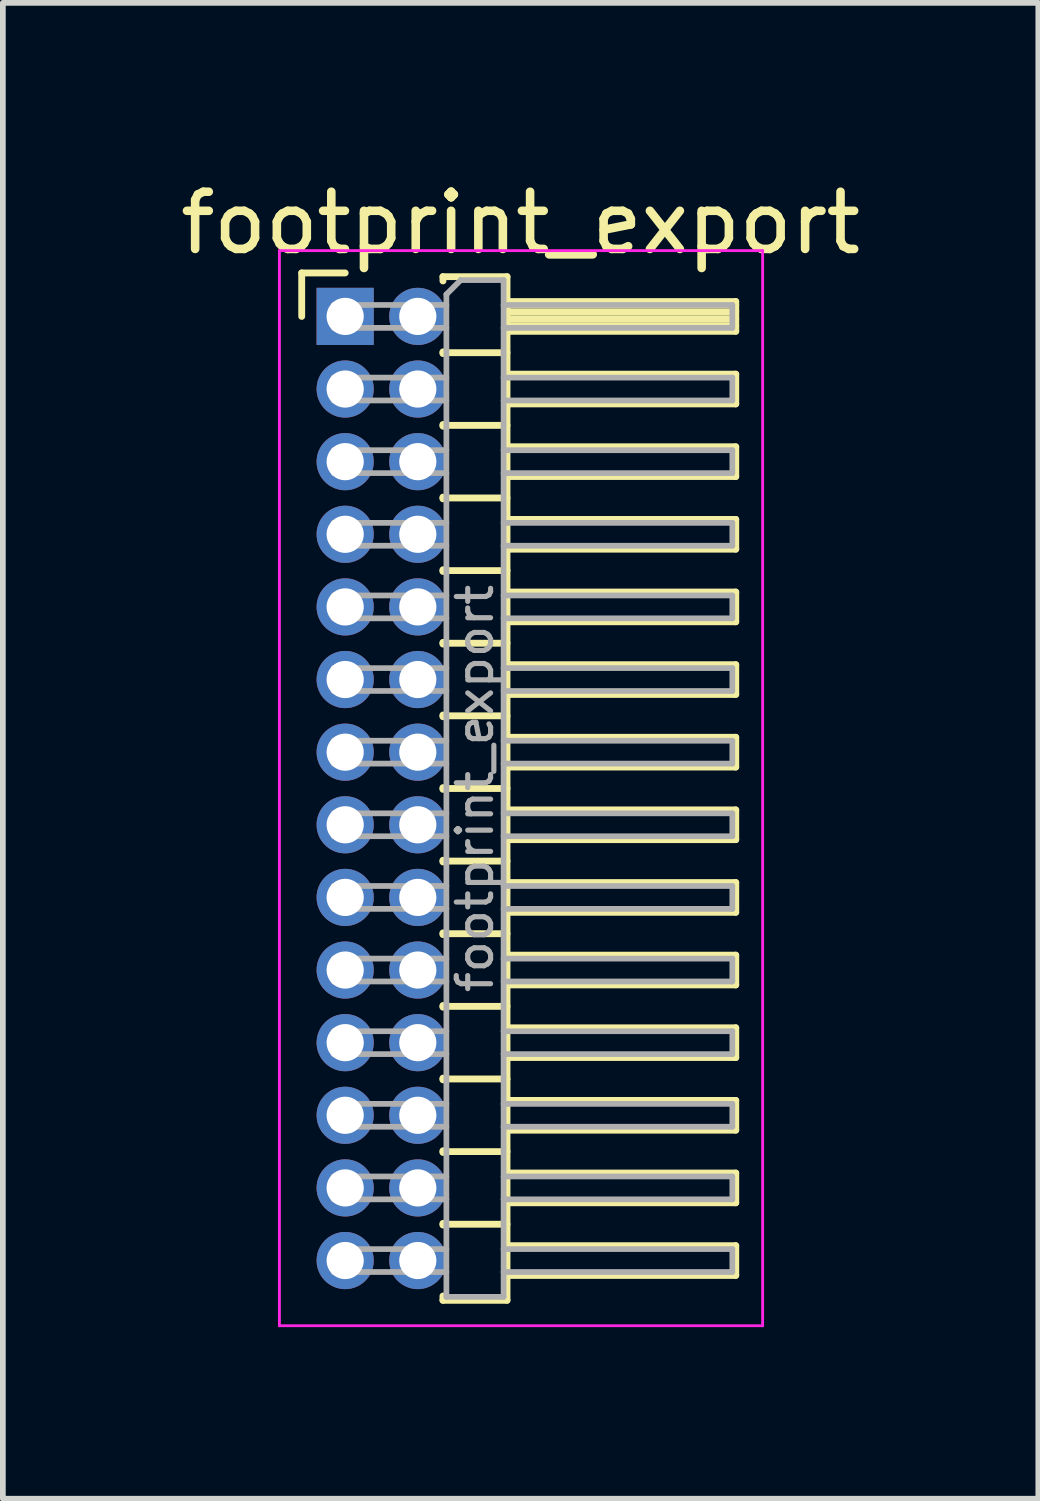
<source format=kicad_pcb>
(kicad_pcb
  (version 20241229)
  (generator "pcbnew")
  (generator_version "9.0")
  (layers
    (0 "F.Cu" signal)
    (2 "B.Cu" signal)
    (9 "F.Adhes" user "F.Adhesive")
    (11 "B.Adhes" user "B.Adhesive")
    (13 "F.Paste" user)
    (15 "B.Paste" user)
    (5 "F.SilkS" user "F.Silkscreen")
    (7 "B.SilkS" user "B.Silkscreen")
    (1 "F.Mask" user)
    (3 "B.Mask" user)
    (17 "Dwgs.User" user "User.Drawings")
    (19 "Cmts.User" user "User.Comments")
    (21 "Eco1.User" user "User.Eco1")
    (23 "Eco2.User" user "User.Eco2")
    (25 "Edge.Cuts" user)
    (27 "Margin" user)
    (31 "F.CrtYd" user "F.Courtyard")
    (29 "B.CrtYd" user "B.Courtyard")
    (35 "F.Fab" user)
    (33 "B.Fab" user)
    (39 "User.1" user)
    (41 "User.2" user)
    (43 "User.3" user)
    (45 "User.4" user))
  (footprint "footprint_export"
    (layer "F.Cu")
    (at 2.986 2.483)
    (property "Reference" "footprint_export" (at 3.067 -1.635 0) (layer "F.SilkS") (effects (font (size 1 1) (thickness 0.15))))
    (attr through_hole)
    (fp_line (start -0.76 -0.76) (end 0 -0.76) (stroke (width 0.12) (type solid)) (layer "F.SilkS"))
    (fp_line (start -0.76 0) (end -0.76 -0.76) (stroke (width 0.12) (type solid)) (layer "F.SilkS"))
    (fp_line (start 1.71 -0.695) (end 2.83 -0.695) (stroke (width 0.12) (type solid)) (layer "F.SilkS"))
    (fp_line (start 1.71 -0.62) (end 1.71 -0.695) (stroke (width 0.12) (type solid)) (layer "F.SilkS"))
    (fp_line (start 1.71 0.62) (end 1.71 0.65) (stroke (width 0.12) (type solid)) (layer "F.SilkS"))
    (fp_line (start 1.71 0.635) (end 2.83 0.635) (stroke (width 0.12) (type solid)) (layer "F.SilkS"))
    (fp_line (start 1.71 1.89) (end 1.71 1.92) (stroke (width 0.12) (type solid)) (layer "F.SilkS"))
    (fp_line (start 1.71 1.905) (end 2.83 1.905) (stroke (width 0.12) (type solid)) (layer "F.SilkS"))
    (fp_line (start 1.71 3.16) (end 1.71 3.19) (stroke (width 0.12) (type solid)) (layer "F.SilkS"))
    (fp_line (start 1.71 3.175) (end 2.83 3.175) (stroke (width 0.12) (type solid)) (layer "F.SilkS"))
    (fp_line (start 1.71 4.43) (end 1.71 4.46) (stroke (width 0.12) (type solid)) (layer "F.SilkS"))
    (fp_line (start 1.71 4.445) (end 2.83 4.445) (stroke (width 0.12) (type solid)) (layer "F.SilkS"))
    (fp_line (start 1.71 5.7) (end 1.71 5.73) (stroke (width 0.12) (type solid)) (layer "F.SilkS"))
    (fp_line (start 1.71 5.715) (end 2.83 5.715) (stroke (width 0.12) (type solid)) (layer "F.SilkS"))
    (fp_line (start 1.71 6.97) (end 1.71 7) (stroke (width 0.12) (type solid)) (layer "F.SilkS"))
    (fp_line (start 1.71 6.985) (end 2.83 6.985) (stroke (width 0.12) (type solid)) (layer "F.SilkS"))
    (fp_line (start 1.71 8.24) (end 1.71 8.27) (stroke (width 0.12) (type solid)) (layer "F.SilkS"))
    (fp_line (start 1.71 8.255) (end 2.83 8.255) (stroke (width 0.12) (type solid)) (layer "F.SilkS"))
    (fp_line (start 1.71 9.51) (end 1.71 9.54) (stroke (width 0.12) (type solid)) (layer "F.SilkS"))
    (fp_line (start 1.71 9.525) (end 2.83 9.525) (stroke (width 0.12) (type solid)) (layer "F.SilkS"))
    (fp_line (start 1.71 10.78) (end 1.71 10.81) (stroke (width 0.12) (type solid)) (layer "F.SilkS"))
    (fp_line (start 1.71 10.795) (end 2.83 10.795) (stroke (width 0.12) (type solid)) (layer "F.SilkS"))
    (fp_line (start 1.71 12.05) (end 1.71 12.08) (stroke (width 0.12) (type solid)) (layer "F.SilkS"))
    (fp_line (start 1.71 12.065) (end 2.83 12.065) (stroke (width 0.12) (type solid)) (layer "F.SilkS"))
    (fp_line (start 1.71 13.32) (end 1.71 13.35) (stroke (width 0.12) (type solid)) (layer "F.SilkS"))
    (fp_line (start 1.71 13.335) (end 2.83 13.335) (stroke (width 0.12) (type solid)) (layer "F.SilkS"))
    (fp_line (start 1.71 14.59) (end 1.71 14.62) (stroke (width 0.12) (type solid)) (layer "F.SilkS"))
    (fp_line (start 1.71 14.605) (end 2.83 14.605) (stroke (width 0.12) (type solid)) (layer "F.SilkS"))
    (fp_line (start 1.71 15.86) (end 1.71 15.89) (stroke (width 0.12) (type solid)) (layer "F.SilkS"))
    (fp_line (start 1.71 15.875) (end 2.83 15.875) (stroke (width 0.12) (type solid)) (layer "F.SilkS"))
    (fp_line (start 1.71 17.205) (end 1.71 17.13) (stroke (width 0.12) (type solid)) (layer "F.SilkS"))
    (fp_line (start 2.83 -0.695) (end 2.83 17.205) (stroke (width 0.12) (type solid)) (layer "F.SilkS"))
    (fp_line (start 2.83 -0.26) (end 6.83 -0.26) (stroke (width 0.12) (type solid)) (layer "F.SilkS"))
    (fp_line (start 2.83 -0.2) (end 6.83 -0.2) (stroke (width 0.12) (type solid)) (layer "F.SilkS"))
    (fp_line (start 2.83 -0.08) (end 6.83 -0.08) (stroke (width 0.12) (type solid)) (layer "F.SilkS"))
    (fp_line (start 2.83 0.04) (end 6.83 0.04) (stroke (width 0.12) (type solid)) (layer "F.SilkS"))
    (fp_line (start 2.83 0.16) (end 6.83 0.16) (stroke (width 0.12) (type solid)) (layer "F.SilkS"))
    (fp_line (start 2.83 1.01) (end 6.83 1.01) (stroke (width 0.12) (type solid)) (layer "F.SilkS"))
    (fp_line (start 2.83 2.28) (end 6.83 2.28) (stroke (width 0.12) (type solid)) (layer "F.SilkS"))
    (fp_line (start 2.83 3.55) (end 6.83 3.55) (stroke (width 0.12) (type solid)) (layer "F.SilkS"))
    (fp_line (start 2.83 4.82) (end 6.83 4.82) (stroke (width 0.12) (type solid)) (layer "F.SilkS"))
    (fp_line (start 2.83 6.09) (end 6.83 6.09) (stroke (width 0.12) (type solid)) (layer "F.SilkS"))
    (fp_line (start 2.83 7.36) (end 6.83 7.36) (stroke (width 0.12) (type solid)) (layer "F.SilkS"))
    (fp_line (start 2.83 8.63) (end 6.83 8.63) (stroke (width 0.12) (type solid)) (layer "F.SilkS"))
    (fp_line (start 2.83 9.9) (end 6.83 9.9) (stroke (width 0.12) (type solid)) (layer "F.SilkS"))
    (fp_line (start 2.83 11.17) (end 6.83 11.17) (stroke (width 0.12) (type solid)) (layer "F.SilkS"))
    (fp_line (start 2.83 12.44) (end 6.83 12.44) (stroke (width 0.12) (type solid)) (layer "F.SilkS"))
    (fp_line (start 2.83 13.71) (end 6.83 13.71) (stroke (width 0.12) (type solid)) (layer "F.SilkS"))
    (fp_line (start 2.83 14.98) (end 6.83 14.98) (stroke (width 0.12) (type solid)) (layer "F.SilkS"))
    (fp_line (start 2.83 16.25) (end 6.83 16.25) (stroke (width 0.12) (type solid)) (layer "F.SilkS"))
    (fp_line (start 2.83 17.205) (end 1.71 17.205) (stroke (width 0.12) (type solid)) (layer "F.SilkS"))
    (fp_line (start 6.83 -0.26) (end 6.83 0.26) (stroke (width 0.12) (type solid)) (layer "F.SilkS"))
    (fp_line (start 6.83 0.26) (end 2.83 0.26) (stroke (width 0.12) (type solid)) (layer "F.SilkS"))
    (fp_line (start 6.83 1.01) (end 6.83 1.53) (stroke (width 0.12) (type solid)) (layer "F.SilkS"))
    (fp_line (start 6.83 1.53) (end 2.83 1.53) (stroke (width 0.12) (type solid)) (layer "F.SilkS"))
    (fp_line (start 6.83 2.28) (end 6.83 2.8) (stroke (width 0.12) (type solid)) (layer "F.SilkS"))
    (fp_line (start 6.83 2.8) (end 2.83 2.8) (stroke (width 0.12) (type solid)) (layer "F.SilkS"))
    (fp_line (start 6.83 3.55) (end 6.83 4.07) (stroke (width 0.12) (type solid)) (layer "F.SilkS"))
    (fp_line (start 6.83 4.07) (end 2.83 4.07) (stroke (width 0.12) (type solid)) (layer "F.SilkS"))
    (fp_line (start 6.83 4.82) (end 6.83 5.34) (stroke (width 0.12) (type solid)) (layer "F.SilkS"))
    (fp_line (start 6.83 5.34) (end 2.83 5.34) (stroke (width 0.12) (type solid)) (layer "F.SilkS"))
    (fp_line (start 6.83 6.09) (end 6.83 6.61) (stroke (width 0.12) (type solid)) (layer "F.SilkS"))
    (fp_line (start 6.83 6.61) (end 2.83 6.61) (stroke (width 0.12) (type solid)) (layer "F.SilkS"))
    (fp_line (start 6.83 7.36) (end 6.83 7.88) (stroke (width 0.12) (type solid)) (layer "F.SilkS"))
    (fp_line (start 6.83 7.88) (end 2.83 7.88) (stroke (width 0.12) (type solid)) (layer "F.SilkS"))
    (fp_line (start 6.83 8.63) (end 6.83 9.15) (stroke (width 0.12) (type solid)) (layer "F.SilkS"))
    (fp_line (start 6.83 9.15) (end 2.83 9.15) (stroke (width 0.12) (type solid)) (layer "F.SilkS"))
    (fp_line (start 6.83 9.9) (end 6.83 10.42) (stroke (width 0.12) (type solid)) (layer "F.SilkS"))
    (fp_line (start 6.83 10.42) (end 2.83 10.42) (stroke (width 0.12) (type solid)) (layer "F.SilkS"))
    (fp_line (start 6.83 11.17) (end 6.83 11.69) (stroke (width 0.12) (type solid)) (layer "F.SilkS"))
    (fp_line (start 6.83 11.69) (end 2.83 11.69) (stroke (width 0.12) (type solid)) (layer "F.SilkS"))
    (fp_line (start 6.83 12.44) (end 6.83 12.96) (stroke (width 0.12) (type solid)) (layer "F.SilkS"))
    (fp_line (start 6.83 12.96) (end 2.83 12.96) (stroke (width 0.12) (type solid)) (layer "F.SilkS"))
    (fp_line (start 6.83 13.71) (end 6.83 14.23) (stroke (width 0.12) (type solid)) (layer "F.SilkS"))
    (fp_line (start 6.83 14.23) (end 2.83 14.23) (stroke (width 0.12) (type solid)) (layer "F.SilkS"))
    (fp_line (start 6.83 14.98) (end 6.83 15.5) (stroke (width 0.12) (type solid)) (layer "F.SilkS"))
    (fp_line (start 6.83 15.5) (end 2.83 15.5) (stroke (width 0.12) (type solid)) (layer "F.SilkS"))
    (fp_line (start 6.83 16.25) (end 6.83 16.77) (stroke (width 0.12) (type solid)) (layer "F.SilkS"))
    (fp_line (start 6.83 16.77) (end 2.83 16.77) (stroke (width 0.12) (type solid)) (layer "F.SilkS"))
    (fp_line (start -1.15 -1.15) (end -1.15 17.65) (stroke (width 0.05) (type solid)) (layer "F.CrtYd"))
    (fp_line (start -1.15 17.65) (end 7.3 17.65) (stroke (width 0.05) (type solid)) (layer "F.CrtYd"))
    (fp_line (start 7.3 -1.15) (end -1.15 -1.15) (stroke (width 0.05) (type solid)) (layer "F.CrtYd"))
    (fp_line (start 7.3 17.65) (end 7.3 -1.15) (stroke (width 0.05) (type solid)) (layer "F.CrtYd"))
    (fp_line (start -0.2 -0.2) (end -0.2 0.2) (stroke (width 0.1) (type solid)) (layer "F.Fab"))
    (fp_line (start -0.2 -0.2) (end 1.77 -0.2) (stroke (width 0.1) (type solid)) (layer "F.Fab"))
    (fp_line (start -0.2 0.2) (end 1.77 0.2) (stroke (width 0.1) (type solid)) (layer "F.Fab"))
    (fp_line (start -0.2 1.07) (end -0.2 1.47) (stroke (width 0.1) (type solid)) (layer "F.Fab"))
    (fp_line (start -0.2 1.07) (end 1.77 1.07) (stroke (width 0.1) (type solid)) (layer "F.Fab"))
    (fp_line (start -0.2 1.47) (end 1.77 1.47) (stroke (width 0.1) (type solid)) (layer "F.Fab"))
    (fp_line (start -0.2 2.34) (end -0.2 2.74) (stroke (width 0.1) (type solid)) (layer "F.Fab"))
    (fp_line (start -0.2 2.34) (end 1.77 2.34) (stroke (width 0.1) (type solid)) (layer "F.Fab"))
    (fp_line (start -0.2 2.74) (end 1.77 2.74) (stroke (width 0.1) (type solid)) (layer "F.Fab"))
    (fp_line (start -0.2 3.61) (end -0.2 4.01) (stroke (width 0.1) (type solid)) (layer "F.Fab"))
    (fp_line (start -0.2 3.61) (end 1.77 3.61) (stroke (width 0.1) (type solid)) (layer "F.Fab"))
    (fp_line (start -0.2 4.01) (end 1.77 4.01) (stroke (width 0.1) (type solid)) (layer "F.Fab"))
    (fp_line (start -0.2 4.88) (end -0.2 5.28) (stroke (width 0.1) (type solid)) (layer "F.Fab"))
    (fp_line (start -0.2 4.88) (end 1.77 4.88) (stroke (width 0.1) (type solid)) (layer "F.Fab"))
    (fp_line (start -0.2 5.28) (end 1.77 5.28) (stroke (width 0.1) (type solid)) (layer "F.Fab"))
    (fp_line (start -0.2 6.15) (end -0.2 6.55) (stroke (width 0.1) (type solid)) (layer "F.Fab"))
    (fp_line (start -0.2 6.15) (end 1.77 6.15) (stroke (width 0.1) (type solid)) (layer "F.Fab"))
    (fp_line (start -0.2 6.55) (end 1.77 6.55) (stroke (width 0.1) (type solid)) (layer "F.Fab"))
    (fp_line (start -0.2 7.42) (end -0.2 7.82) (stroke (width 0.1) (type solid)) (layer "F.Fab"))
    (fp_line (start -0.2 7.42) (end 1.77 7.42) (stroke (width 0.1) (type solid)) (layer "F.Fab"))
    (fp_line (start -0.2 7.82) (end 1.77 7.82) (stroke (width 0.1) (type solid)) (layer "F.Fab"))
    (fp_line (start -0.2 8.69) (end -0.2 9.09) (stroke (width 0.1) (type solid)) (layer "F.Fab"))
    (fp_line (start -0.2 8.69) (end 1.77 8.69) (stroke (width 0.1) (type solid)) (layer "F.Fab"))
    (fp_line (start -0.2 9.09) (end 1.77 9.09) (stroke (width 0.1) (type solid)) (layer "F.Fab"))
    (fp_line (start -0.2 9.96) (end -0.2 10.36) (stroke (width 0.1) (type solid)) (layer "F.Fab"))
    (fp_line (start -0.2 9.96) (end 1.77 9.96) (stroke (width 0.1) (type solid)) (layer "F.Fab"))
    (fp_line (start -0.2 10.36) (end 1.77 10.36) (stroke (width 0.1) (type solid)) (layer "F.Fab"))
    (fp_line (start -0.2 11.23) (end -0.2 11.63) (stroke (width 0.1) (type solid)) (layer "F.Fab"))
    (fp_line (start -0.2 11.23) (end 1.77 11.23) (stroke (width 0.1) (type solid)) (layer "F.Fab"))
    (fp_line (start -0.2 11.63) (end 1.77 11.63) (stroke (width 0.1) (type solid)) (layer "F.Fab"))
    (fp_line (start -0.2 12.5) (end -0.2 12.9) (stroke (width 0.1) (type solid)) (layer "F.Fab"))
    (fp_line (start -0.2 12.5) (end 1.77 12.5) (stroke (width 0.1) (type solid)) (layer "F.Fab"))
    (fp_line (start -0.2 12.9) (end 1.77 12.9) (stroke (width 0.1) (type solid)) (layer "F.Fab"))
    (fp_line (start -0.2 13.77) (end -0.2 14.17) (stroke (width 0.1) (type solid)) (layer "F.Fab"))
    (fp_line (start -0.2 13.77) (end 1.77 13.77) (stroke (width 0.1) (type solid)) (layer "F.Fab"))
    (fp_line (start -0.2 14.17) (end 1.77 14.17) (stroke (width 0.1) (type solid)) (layer "F.Fab"))
    (fp_line (start -0.2 15.04) (end -0.2 15.44) (stroke (width 0.1) (type solid)) (layer "F.Fab"))
    (fp_line (start -0.2 15.04) (end 1.77 15.04) (stroke (width 0.1) (type solid)) (layer "F.Fab"))
    (fp_line (start -0.2 15.44) (end 1.77 15.44) (stroke (width 0.1) (type solid)) (layer "F.Fab"))
    (fp_line (start -0.2 16.31) (end -0.2 16.71) (stroke (width 0.1) (type solid)) (layer "F.Fab"))
    (fp_line (start -0.2 16.31) (end 1.77 16.31) (stroke (width 0.1) (type solid)) (layer "F.Fab"))
    (fp_line (start -0.2 16.71) (end 1.77 16.71) (stroke (width 0.1) (type solid)) (layer "F.Fab"))
    (fp_line (start 1.77 -0.385) (end 2.02 -0.635) (stroke (width 0.1) (type solid)) (layer "F.Fab"))
    (fp_line (start 1.77 17.145) (end 1.77 -0.385) (stroke (width 0.1) (type solid)) (layer "F.Fab"))
    (fp_line (start 2.02 -0.635) (end 2.77 -0.635) (stroke (width 0.1) (type solid)) (layer "F.Fab"))
    (fp_line (start 2.77 -0.635) (end 2.77 17.145) (stroke (width 0.1) (type solid)) (layer "F.Fab"))
    (fp_line (start 2.77 -0.2) (end 6.77 -0.2) (stroke (width 0.1) (type solid)) (layer "F.Fab"))
    (fp_line (start 2.77 0.2) (end 6.77 0.2) (stroke (width 0.1) (type solid)) (layer "F.Fab"))
    (fp_line (start 2.77 1.07) (end 6.77 1.07) (stroke (width 0.1) (type solid)) (layer "F.Fab"))
    (fp_line (start 2.77 1.47) (end 6.77 1.47) (stroke (width 0.1) (type solid)) (layer "F.Fab"))
    (fp_line (start 2.77 2.34) (end 6.77 2.34) (stroke (width 0.1) (type solid)) (layer "F.Fab"))
    (fp_line (start 2.77 2.74) (end 6.77 2.74) (stroke (width 0.1) (type solid)) (layer "F.Fab"))
    (fp_line (start 2.77 3.61) (end 6.77 3.61) (stroke (width 0.1) (type solid)) (layer "F.Fab"))
    (fp_line (start 2.77 4.01) (end 6.77 4.01) (stroke (width 0.1) (type solid)) (layer "F.Fab"))
    (fp_line (start 2.77 4.88) (end 6.77 4.88) (stroke (width 0.1) (type solid)) (layer "F.Fab"))
    (fp_line (start 2.77 5.28) (end 6.77 5.28) (stroke (width 0.1) (type solid)) (layer "F.Fab"))
    (fp_line (start 2.77 6.15) (end 6.77 6.15) (stroke (width 0.1) (type solid)) (layer "F.Fab"))
    (fp_line (start 2.77 6.55) (end 6.77 6.55) (stroke (width 0.1) (type solid)) (layer "F.Fab"))
    (fp_line (start 2.77 7.42) (end 6.77 7.42) (stroke (width 0.1) (type solid)) (layer "F.Fab"))
    (fp_line (start 2.77 7.82) (end 6.77 7.82) (stroke (width 0.1) (type solid)) (layer "F.Fab"))
    (fp_line (start 2.77 8.69) (end 6.77 8.69) (stroke (width 0.1) (type solid)) (layer "F.Fab"))
    (fp_line (start 2.77 9.09) (end 6.77 9.09) (stroke (width 0.1) (type solid)) (layer "F.Fab"))
    (fp_line (start 2.77 9.96) (end 6.77 9.96) (stroke (width 0.1) (type solid)) (layer "F.Fab"))
    (fp_line (start 2.77 10.36) (end 6.77 10.36) (stroke (width 0.1) (type solid)) (layer "F.Fab"))
    (fp_line (start 2.77 11.23) (end 6.77 11.23) (stroke (width 0.1) (type solid)) (layer "F.Fab"))
    (fp_line (start 2.77 11.63) (end 6.77 11.63) (stroke (width 0.1) (type solid)) (layer "F.Fab"))
    (fp_line (start 2.77 12.5) (end 6.77 12.5) (stroke (width 0.1) (type solid)) (layer "F.Fab"))
    (fp_line (start 2.77 12.9) (end 6.77 12.9) (stroke (width 0.1) (type solid)) (layer "F.Fab"))
    (fp_line (start 2.77 13.77) (end 6.77 13.77) (stroke (width 0.1) (type solid)) (layer "F.Fab"))
    (fp_line (start 2.77 14.17) (end 6.77 14.17) (stroke (width 0.1) (type solid)) (layer "F.Fab"))
    (fp_line (start 2.77 15.04) (end 6.77 15.04) (stroke (width 0.1) (type solid)) (layer "F.Fab"))
    (fp_line (start 2.77 15.44) (end 6.77 15.44) (stroke (width 0.1) (type solid)) (layer "F.Fab"))
    (fp_line (start 2.77 16.31) (end 6.77 16.31) (stroke (width 0.1) (type solid)) (layer "F.Fab"))
    (fp_line (start 2.77 16.71) (end 6.77 16.71) (stroke (width 0.1) (type solid)) (layer "F.Fab"))
    (fp_line (start 2.77 17.145) (end 1.77 17.145) (stroke (width 0.1) (type solid)) (layer "F.Fab"))
    (fp_line (start 6.77 -0.2) (end 6.77 0.2) (stroke (width 0.1) (type solid)) (layer "F.Fab"))
    (fp_line (start 6.77 1.07) (end 6.77 1.47) (stroke (width 0.1) (type solid)) (layer "F.Fab"))
    (fp_line (start 6.77 2.34) (end 6.77 2.74) (stroke (width 0.1) (type solid)) (layer "F.Fab"))
    (fp_line (start 6.77 3.61) (end 6.77 4.01) (stroke (width 0.1) (type solid)) (layer "F.Fab"))
    (fp_line (start 6.77 4.88) (end 6.77 5.28) (stroke (width 0.1) (type solid)) (layer "F.Fab"))
    (fp_line (start 6.77 6.15) (end 6.77 6.55) (stroke (width 0.1) (type solid)) (layer "F.Fab"))
    (fp_line (start 6.77 7.42) (end 6.77 7.82) (stroke (width 0.1) (type solid)) (layer "F.Fab"))
    (fp_line (start 6.77 8.69) (end 6.77 9.09) (stroke (width 0.1) (type solid)) (layer "F.Fab"))
    (fp_line (start 6.77 9.96) (end 6.77 10.36) (stroke (width 0.1) (type solid)) (layer "F.Fab"))
    (fp_line (start 6.77 11.23) (end 6.77 11.63) (stroke (width 0.1) (type solid)) (layer "F.Fab"))
    (fp_line (start 6.77 12.5) (end 6.77 12.9) (stroke (width 0.1) (type solid)) (layer "F.Fab"))
    (fp_line (start 6.77 13.77) (end 6.77 14.17) (stroke (width 0.1) (type solid)) (layer "F.Fab"))
    (fp_line (start 6.77 15.04) (end 6.77 15.44) (stroke (width 0.1) (type solid)) (layer "F.Fab"))
    (fp_line (start 6.77 16.31) (end 6.77 16.71) (stroke (width 0.1) (type solid)) (layer "F.Fab"))
    (fp_text user "${REFERENCE}" (at 2.27 8.255 90) (layer "F.Fab") (effects (font (size 0.6 0.6) (thickness 0.09))))
    (pad "1" thru_hole rect (at 0 0) (size 1 1) (drill 0.65) (layers "*.Cu" "*.Mask"))
    (pad "2" thru_hole oval (at 1.27 0) (size 1 1) (drill 0.65) (layers "*.Cu" "*.Mask"))
    (pad "3" thru_hole oval (at 0 1.27) (size 1 1) (drill 0.65) (layers "*.Cu" "*.Mask"))
    (pad "4" thru_hole oval (at 1.27 1.27) (size 1 1) (drill 0.65) (layers "*.Cu" "*.Mask"))
    (pad "5" thru_hole oval (at 0 2.54) (size 1 1) (drill 0.65) (layers "*.Cu" "*.Mask"))
    (pad "6" thru_hole oval (at 1.27 2.54) (size 1 1) (drill 0.65) (layers "*.Cu" "*.Mask"))
    (pad "7" thru_hole oval (at 0 3.81) (size 1 1) (drill 0.65) (layers "*.Cu" "*.Mask"))
    (pad "8" thru_hole oval (at 1.27 3.81) (size 1 1) (drill 0.65) (layers "*.Cu" "*.Mask"))
    (pad "9" thru_hole oval (at 0 5.08) (size 1 1) (drill 0.65) (layers "*.Cu" "*.Mask"))
    (pad "10" thru_hole oval (at 1.27 5.08) (size 1 1) (drill 0.65) (layers "*.Cu" "*.Mask"))
    (pad "11" thru_hole oval (at 0 6.35) (size 1 1) (drill 0.65) (layers "*.Cu" "*.Mask"))
    (pad "12" thru_hole oval (at 1.27 6.35) (size 1 1) (drill 0.65) (layers "*.Cu" "*.Mask"))
    (pad "13" thru_hole oval (at 0 7.62) (size 1 1) (drill 0.65) (layers "*.Cu" "*.Mask"))
    (pad "14" thru_hole oval (at 1.27 7.62) (size 1 1) (drill 0.65) (layers "*.Cu" "*.Mask"))
    (pad "15" thru_hole oval (at 0 8.89) (size 1 1) (drill 0.65) (layers "*.Cu" "*.Mask"))
    (pad "16" thru_hole oval (at 1.27 8.89) (size 1 1) (drill 0.65) (layers "*.Cu" "*.Mask"))
    (pad "17" thru_hole oval (at 0 10.16) (size 1 1) (drill 0.65) (layers "*.Cu" "*.Mask"))
    (pad "18" thru_hole oval (at 1.27 10.16) (size 1 1) (drill 0.65) (layers "*.Cu" "*.Mask"))
    (pad "19" thru_hole oval (at 0 11.43) (size 1 1) (drill 0.65) (layers "*.Cu" "*.Mask"))
    (pad "20" thru_hole oval (at 1.27 11.43) (size 1 1) (drill 0.65) (layers "*.Cu" "*.Mask"))
    (pad "21" thru_hole oval (at 0 12.7) (size 1 1) (drill 0.65) (layers "*.Cu" "*.Mask"))
    (pad "22" thru_hole oval (at 1.27 12.7) (size 1 1) (drill 0.65) (layers "*.Cu" "*.Mask"))
    (pad "23" thru_hole oval (at 0 13.97) (size 1 1) (drill 0.65) (layers "*.Cu" "*.Mask"))
    (pad "24" thru_hole oval (at 1.27 13.97) (size 1 1) (drill 0.65) (layers "*.Cu" "*.Mask"))
    (pad "25" thru_hole oval (at 0 15.24) (size 1 1) (drill 0.65) (layers "*.Cu" "*.Mask"))
    (pad "26" thru_hole oval (at 1.27 15.24) (size 1 1) (drill 0.65) (layers "*.Cu" "*.Mask"))
    (pad "27" thru_hole oval (at 0 16.51) (size 1 1) (drill 0.65) (layers "*.Cu" "*.Mask"))
    (pad "28" thru_hole oval (at 1.27 16.51) (size 1 1) (drill 0.65) (layers "*.Cu" "*.Mask")))
  (gr_rect
    (start -3 -3)
    (end 15.107 23.158)
    (stroke (width 0.1) (type default))
    (fill no)
    (layer "Edge.Cuts")))
</source>
